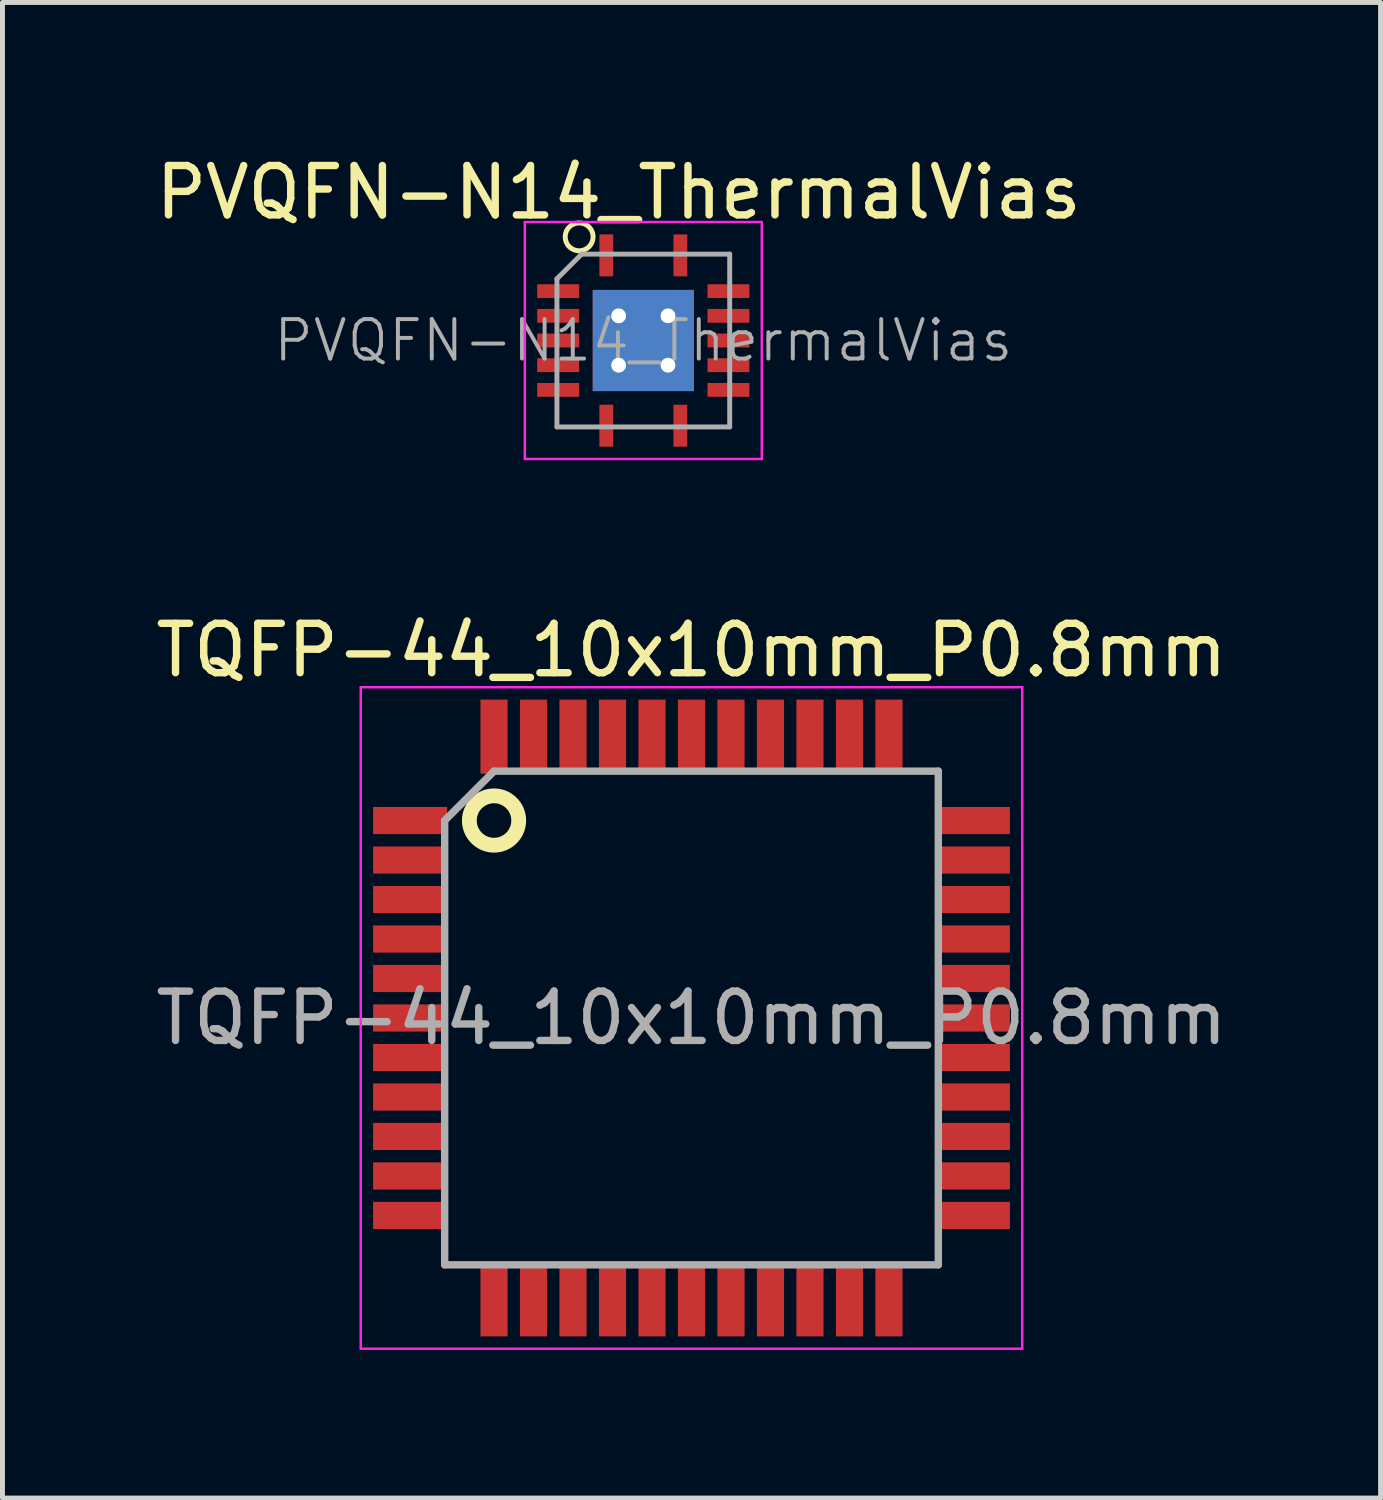
<source format=kicad_pcb>
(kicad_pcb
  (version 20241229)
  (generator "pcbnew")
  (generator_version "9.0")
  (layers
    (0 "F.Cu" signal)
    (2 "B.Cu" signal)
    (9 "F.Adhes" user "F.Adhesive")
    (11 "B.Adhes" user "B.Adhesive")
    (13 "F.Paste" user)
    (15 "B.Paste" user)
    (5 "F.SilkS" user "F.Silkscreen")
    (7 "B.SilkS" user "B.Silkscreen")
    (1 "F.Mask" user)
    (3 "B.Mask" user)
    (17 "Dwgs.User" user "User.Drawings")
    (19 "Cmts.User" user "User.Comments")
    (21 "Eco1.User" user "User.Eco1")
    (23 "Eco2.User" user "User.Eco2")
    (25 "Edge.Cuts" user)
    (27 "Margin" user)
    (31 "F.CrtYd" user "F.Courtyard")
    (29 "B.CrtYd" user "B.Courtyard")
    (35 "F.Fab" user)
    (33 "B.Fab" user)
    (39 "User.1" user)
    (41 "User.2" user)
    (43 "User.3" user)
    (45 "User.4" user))
  (footprint "TQFP-44_10x10mm_P0.8mm"
    (layer "F.Cu")
    (at 10.958 17.572)
    (property "Reference" "TQFP-44_10x10mm_P0.8mm" (at 0 -7.45 0) (layer "F.SilkS") (effects (font (size 1 1) (thickness 0.15))))
    (attr smd)
    (fp_circle (center -4 -4) (end -3.5 -4) (stroke (width 0.3) (type solid)) (fill no) (layer "F.SilkS"))
    (fp_line (start -6.7 -6.7) (end -6.7 6.7) (stroke (width 0.05) (type solid)) (layer "F.CrtYd"))
    (fp_line (start -6.7 -6.7) (end 6.7 -6.7) (stroke (width 0.05) (type solid)) (layer "F.CrtYd"))
    (fp_line (start -6.7 6.7) (end 6.7 6.7) (stroke (width 0.05) (type solid)) (layer "F.CrtYd"))
    (fp_line (start 6.7 -6.7) (end 6.7 6.7) (stroke (width 0.05) (type solid)) (layer "F.CrtYd"))
    (fp_line (start -5 -4) (end -4 -5) (stroke (width 0.15) (type solid)) (layer "F.Fab"))
    (fp_line (start -5 5) (end -5 -4) (stroke (width 0.15) (type solid)) (layer "F.Fab"))
    (fp_line (start -4 -5) (end 5 -5) (stroke (width 0.15) (type solid)) (layer "F.Fab"))
    (fp_line (start 5 -5) (end 5 5) (stroke (width 0.15) (type solid)) (layer "F.Fab"))
    (fp_line (start 5 5) (end -5 5) (stroke (width 0.15) (type solid)) (layer "F.Fab"))
    (fp_text user "${REFERENCE}" (at 0 0 0) (layer "F.Fab") (effects (font (size 1 1) (thickness 0.15))))
    (pad "1" smd rect (at -5.7 -4) (size 1.5 0.55) (layers "F.Cu" "F.Mask" "F.Paste"))
    (pad "2" smd rect (at -5.7 -3.2) (size 1.5 0.55) (layers "F.Cu" "F.Mask" "F.Paste"))
    (pad "3" smd rect (at -5.7 -2.4) (size 1.5 0.55) (layers "F.Cu" "F.Mask" "F.Paste"))
    (pad "4" smd rect (at -5.7 -1.6) (size 1.5 0.55) (layers "F.Cu" "F.Mask" "F.Paste"))
    (pad "5" smd rect (at -5.7 -0.8) (size 1.5 0.55) (layers "F.Cu" "F.Mask" "F.Paste"))
    (pad "6" smd rect (at -5.7 0) (size 1.5 0.55) (layers "F.Cu" "F.Mask" "F.Paste"))
    (pad "7" smd rect (at -5.7 0.8) (size 1.5 0.55) (layers "F.Cu" "F.Mask" "F.Paste"))
    (pad "8" smd rect (at -5.7 1.6) (size 1.5 0.55) (layers "F.Cu" "F.Mask" "F.Paste"))
    (pad "9" smd rect (at -5.7 2.4) (size 1.5 0.55) (layers "F.Cu" "F.Mask" "F.Paste"))
    (pad "10" smd rect (at -5.7 3.2) (size 1.5 0.55) (layers "F.Cu" "F.Mask" "F.Paste"))
    (pad "11" smd rect (at -5.7 4) (size 1.5 0.55) (layers "F.Cu" "F.Mask" "F.Paste"))
    (pad "12" smd rect (at -4 5.7 90) (size 1.5 0.55) (layers "F.Cu" "F.Mask" "F.Paste"))
    (pad "13" smd rect (at -3.2 5.7 90) (size 1.5 0.55) (layers "F.Cu" "F.Mask" "F.Paste"))
    (pad "14" smd rect (at -2.4 5.7 90) (size 1.5 0.55) (layers "F.Cu" "F.Mask" "F.Paste"))
    (pad "15" smd rect (at -1.6 5.7 90) (size 1.5 0.55) (layers "F.Cu" "F.Mask" "F.Paste"))
    (pad "16" smd rect (at -0.8 5.7 90) (size 1.5 0.55) (layers "F.Cu" "F.Mask" "F.Paste"))
    (pad "17" smd rect (at 0 5.7 90) (size 1.5 0.55) (layers "F.Cu" "F.Mask" "F.Paste"))
    (pad "18" smd rect (at 0.8 5.7 90) (size 1.5 0.55) (layers "F.Cu" "F.Mask" "F.Paste"))
    (pad "19" smd rect (at 1.6 5.7 90) (size 1.5 0.55) (layers "F.Cu" "F.Mask" "F.Paste"))
    (pad "20" smd rect (at 2.4 5.7 90) (size 1.5 0.55) (layers "F.Cu" "F.Mask" "F.Paste"))
    (pad "21" smd rect (at 3.2 5.7 90) (size 1.5 0.55) (layers "F.Cu" "F.Mask" "F.Paste"))
    (pad "22" smd rect (at 4 5.7 90) (size 1.5 0.55) (layers "F.Cu" "F.Mask" "F.Paste"))
    (pad "23" smd rect (at 5.7 4) (size 1.5 0.55) (layers "F.Cu" "F.Mask" "F.Paste"))
    (pad "24" smd rect (at 5.7 3.2) (size 1.5 0.55) (layers "F.Cu" "F.Mask" "F.Paste"))
    (pad "25" smd rect (at 5.7 2.4) (size 1.5 0.55) (layers "F.Cu" "F.Mask" "F.Paste"))
    (pad "26" smd rect (at 5.7 1.6) (size 1.5 0.55) (layers "F.Cu" "F.Mask" "F.Paste"))
    (pad "27" smd rect (at 5.7 0.8) (size 1.5 0.55) (layers "F.Cu" "F.Mask" "F.Paste"))
    (pad "28" smd rect (at 5.7 0) (size 1.5 0.55) (layers "F.Cu" "F.Mask" "F.Paste"))
    (pad "29" smd rect (at 5.7 -0.8) (size 1.5 0.55) (layers "F.Cu" "F.Mask" "F.Paste"))
    (pad "30" smd rect (at 5.7 -1.6) (size 1.5 0.55) (layers "F.Cu" "F.Mask" "F.Paste"))
    (pad "31" smd rect (at 5.7 -2.4) (size 1.5 0.55) (layers "F.Cu" "F.Mask" "F.Paste"))
    (pad "32" smd rect (at 5.7 -3.2) (size 1.5 0.55) (layers "F.Cu" "F.Mask" "F.Paste"))
    (pad "33" smd rect (at 5.7 -4) (size 1.5 0.55) (layers "F.Cu" "F.Mask" "F.Paste"))
    (pad "34" smd rect (at 4 -5.7 90) (size 1.5 0.55) (layers "F.Cu" "F.Mask" "F.Paste"))
    (pad "35" smd rect (at 3.2 -5.7 90) (size 1.5 0.55) (layers "F.Cu" "F.Mask" "F.Paste"))
    (pad "36" smd rect (at 2.4 -5.7 90) (size 1.5 0.55) (layers "F.Cu" "F.Mask" "F.Paste"))
    (pad "37" smd rect (at 1.6 -5.7 90) (size 1.5 0.55) (layers "F.Cu" "F.Mask" "F.Paste"))
    (pad "38" smd rect (at 0.8 -5.7 90) (size 1.5 0.55) (layers "F.Cu" "F.Mask" "F.Paste"))
    (pad "39" smd rect (at 0 -5.7 90) (size 1.5 0.55) (layers "F.Cu" "F.Mask" "F.Paste"))
    (pad "40" smd rect (at -0.8 -5.7 90) (size 1.5 0.55) (layers "F.Cu" "F.Mask" "F.Paste"))
    (pad "41" smd rect (at -1.6 -5.7 90) (size 1.5 0.55) (layers "F.Cu" "F.Mask" "F.Paste"))
    (pad "42" smd rect (at -2.4 -5.7 90) (size 1.5 0.55) (layers "F.Cu" "F.Mask" "F.Paste"))
    (pad "43" smd rect (at -3.2 -5.7 90) (size 1.5 0.55) (layers "F.Cu" "F.Mask" "F.Paste"))
    (pad "44" smd rect (at -4 -5.7 90) (size 1.5 0.55) (layers "F.Cu" "F.Mask" "F.Paste")))
  (footprint "PVQFN-N14_ThermalVias"
    (layer "F.Cu")
    (at 9.982 3.848)
    (property "Reference" "PVQFN-N14_ThermalVias" (at -0.5 -3 0) (layer "F.SilkS") (effects (font (size 1 1) (thickness 0.15))))
    (attr smd)
    (fp_circle (center -1.3 -2.1) (end -1.1 -2.3) (stroke (width 0.1) (type default)) (fill no) (layer "F.SilkS"))
    (fp_line (start -2.4 -2.4) (end 2.4 -2.4) (stroke (width 0.05) (type solid)) (layer "F.CrtYd"))
    (fp_line (start -2.4 2.4) (end -2.4 -2.4) (stroke (width 0.05) (type solid)) (layer "F.CrtYd"))
    (fp_line (start 2.4 -2.4) (end 2.4 2.4) (stroke (width 0.05) (type solid)) (layer "F.CrtYd"))
    (fp_line (start 2.4 2.4) (end -2.4 2.4) (stroke (width 0.05) (type solid)) (layer "F.CrtYd"))
    (fp_line (start -1.75 1.75) (end -1.75 -1.25) (stroke (width 0.1) (type solid)) (layer "F.Fab"))
    (fp_line (start -1.25 -1.75) (end -1.75 -1.25) (stroke (width 0.1) (type solid)) (layer "F.Fab"))
    (fp_line (start -1.25 -1.75) (end 1.75 -1.75) (stroke (width 0.1) (type solid)) (layer "F.Fab"))
    (fp_line (start 1.75 -1.75) (end 1.75 1.75) (stroke (width 0.1) (type solid)) (layer "F.Fab"))
    (fp_line (start 1.75 1.75) (end -1.75 1.75) (stroke (width 0.1) (type solid)) (layer "F.Fab"))
    (fp_text user "${REFERENCE}" (at 0 0 0) (layer "F.Fab") (effects (font (size 0.8 0.8) (thickness 0.08))))
    (pad "" smd rect (at -0.56 -0.56 270) (size 0.82 0.82) (layers "F.Paste"))
    (pad "" smd rect (at -0.56 0.56 270) (size 0.82 0.82) (layers "F.Paste"))
    (pad "" smd rect (at 0.56 -0.56 270) (size 0.82 0.82) (layers "F.Paste"))
    (pad "" smd rect (at 0.56 0.56 270) (size 0.82 0.82) (layers "F.Paste"))
    (pad "1" smd rect (at -0.75 -1.725 270) (size 0.85 0.28) (layers "F.Cu" "F.Mask" "F.Paste"))
    (pad "2" smd rect (at -1.725 -1 270) (size 0.28 0.85) (layers "F.Cu" "F.Mask" "F.Paste"))
    (pad "3" smd rect (at -1.725 -0.5 270) (size 0.28 0.85) (layers "F.Cu" "F.Mask" "F.Paste"))
    (pad "4" smd rect (at -1.725 0 270) (size 0.28 0.85) (layers "F.Cu" "F.Mask" "F.Paste"))
    (pad "5" smd rect (at -1.725 0.5 270) (size 0.28 0.85) (layers "F.Cu" "F.Mask" "F.Paste"))
    (pad "6" smd rect (at -1.725 1 270) (size 0.28 0.85) (layers "F.Cu" "F.Mask" "F.Paste"))
    (pad "7" smd rect (at -0.75 1.725 270) (size 0.85 0.28) (layers "F.Cu" "F.Mask" "F.Paste"))
    (pad "7" thru_hole circle (at -0.5 -0.5 270) (size 0.6 0.6) (drill 0.3) (layers "*.Cu"))
    (pad "7" thru_hole circle (at -0.5 0.5 270) (size 0.6 0.6) (drill 0.3) (layers "*.Cu"))
    (pad "7" smd rect (at 0 0 270) (size 2.05 2.05) (layers "F.Cu" "F.Mask"))
    (pad "7" smd rect (at 0 0 270) (size 2.05 2.05) (layers "B.Cu"))
    (pad "7" thru_hole circle (at 0.5 -0.5 270) (size 0.6 0.6) (drill 0.3) (layers "*.Cu"))
    (pad "7" thru_hole circle (at 0.5 0.5 270) (size 0.6 0.6) (drill 0.3) (layers "*.Cu"))
    (pad "8" smd rect (at 0.75 1.725 270) (size 0.85 0.28) (layers "F.Cu" "F.Mask" "F.Paste"))
    (pad "9" smd rect (at 1.725 1 270) (size 0.28 0.85) (layers "F.Cu" "F.Mask" "F.Paste"))
    (pad "10" smd rect (at 1.725 0.5 270) (size 0.28 0.85) (layers "F.Cu" "F.Mask" "F.Paste"))
    (pad "11" smd rect (at 1.725 0 270) (size 0.28 0.85) (layers "F.Cu" "F.Mask" "F.Paste"))
    (pad "12" smd rect (at 1.725 -0.5 270) (size 0.28 0.85) (layers "F.Cu" "F.Mask" "F.Paste"))
    (pad "13" smd rect (at 1.725 -1 270) (size 0.28 0.85) (layers "F.Cu" "F.Mask" "F.Paste"))
    (pad "14" smd rect (at 0.75 -1.725 270) (size 0.85 0.28) (layers "F.Cu" "F.Mask" "F.Paste")))
  (gr_rect
    (start -3 -3)
    (end 24.917 27.297)
    (stroke (width 0.1) (type default))
    (fill no)
    (layer "Edge.Cuts")))
</source>
